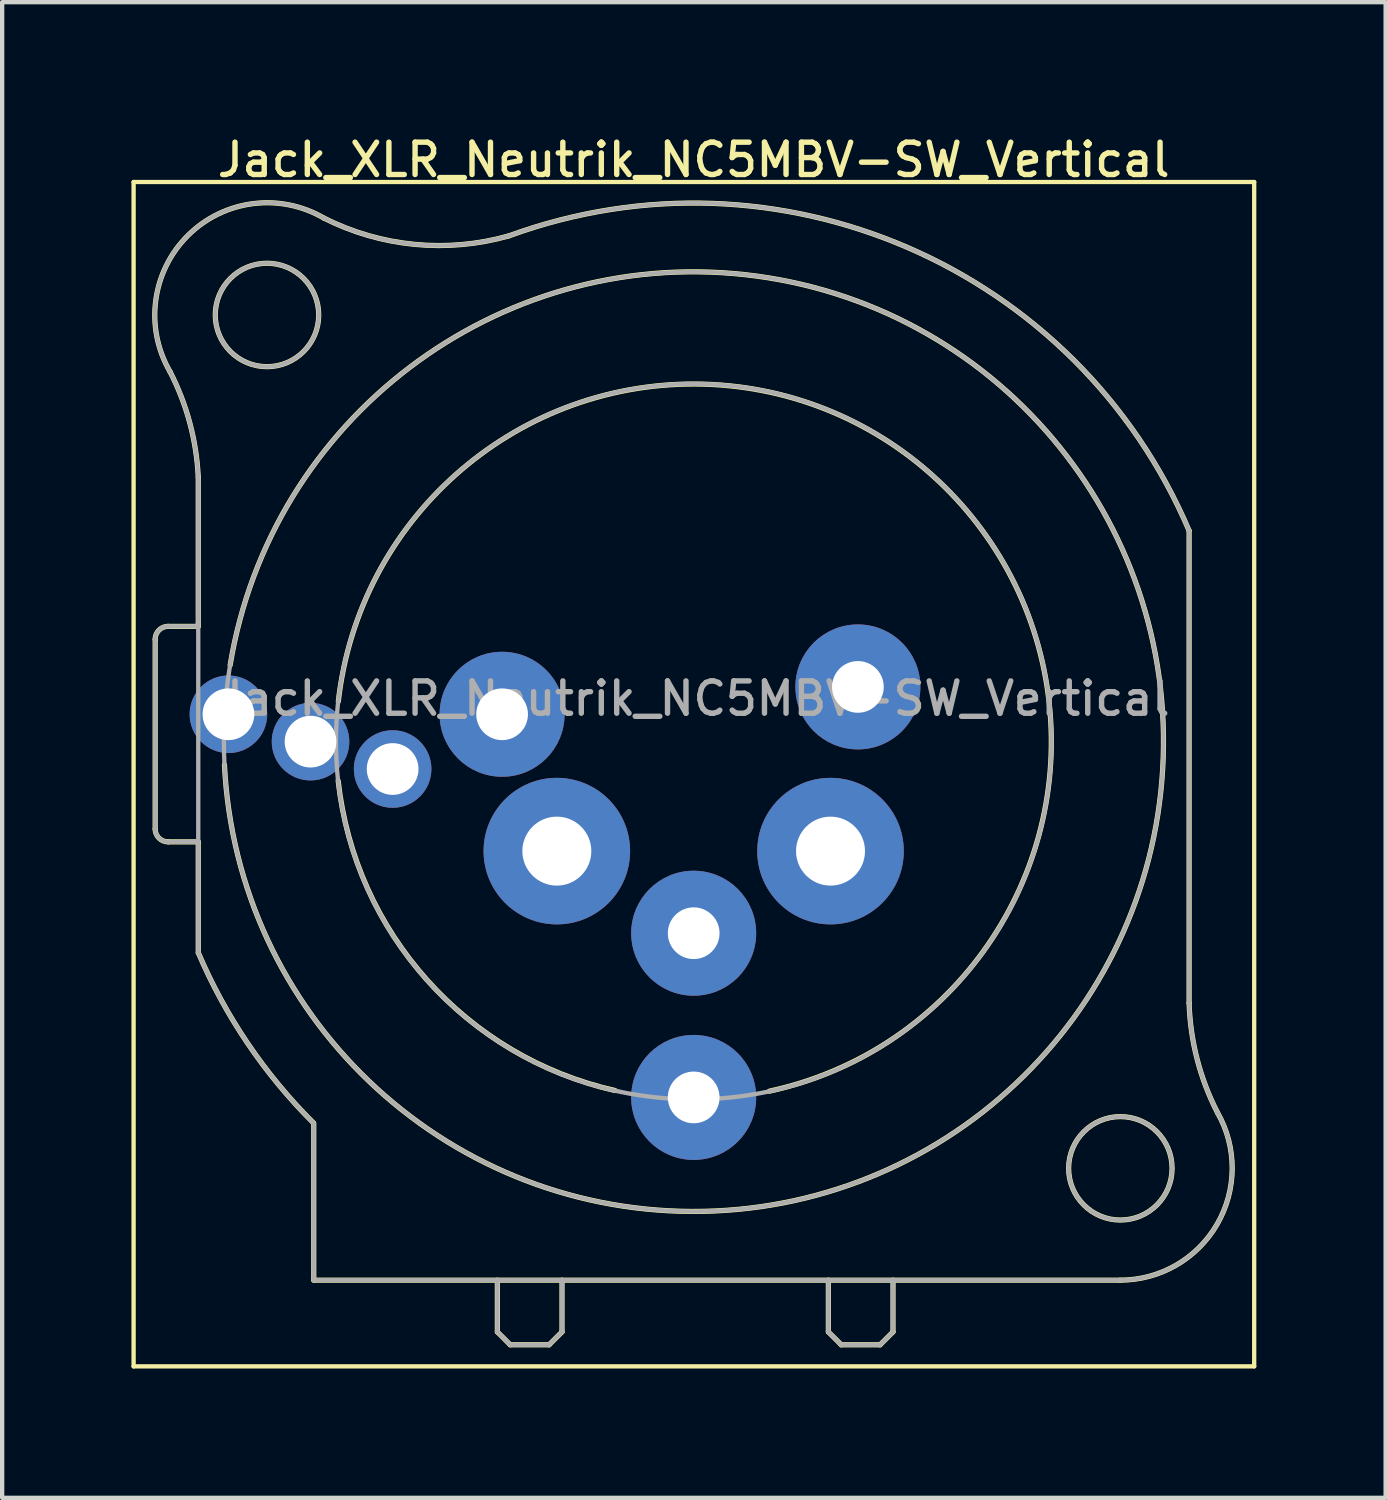
<source format=kicad_pcb>
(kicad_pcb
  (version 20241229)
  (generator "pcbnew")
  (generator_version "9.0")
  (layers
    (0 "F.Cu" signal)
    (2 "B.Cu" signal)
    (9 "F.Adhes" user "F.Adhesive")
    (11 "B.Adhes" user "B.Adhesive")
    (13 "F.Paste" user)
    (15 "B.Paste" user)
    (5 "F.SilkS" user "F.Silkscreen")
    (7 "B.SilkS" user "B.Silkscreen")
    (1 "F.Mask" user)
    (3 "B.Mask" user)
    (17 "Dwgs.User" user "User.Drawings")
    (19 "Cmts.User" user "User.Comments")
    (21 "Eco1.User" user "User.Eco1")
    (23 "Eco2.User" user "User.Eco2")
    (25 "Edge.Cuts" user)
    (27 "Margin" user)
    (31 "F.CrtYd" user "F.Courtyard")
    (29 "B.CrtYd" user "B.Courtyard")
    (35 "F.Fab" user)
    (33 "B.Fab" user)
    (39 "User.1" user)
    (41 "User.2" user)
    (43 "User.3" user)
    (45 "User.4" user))
  (footprint "Jack_XLR_Neutrik_NC5MBV-SW_Vertical"
    (layer "F.Cu")
    (at 8.6 13.523)
    (property "Reference" "Jack_XLR_Neutrik_NC5MBV-SW_Vertical" (at 4.445 -12.865 0) (layer "F.SilkS") (effects (font (size 0.75 0.75) (thickness 0.125))))
    (attr through_hole)
    (fp_line (start -8.55 -12.35) (end 17.45 -12.35) (stroke (width 0.1) (type solid)) (layer "F.SilkS"))
    (fp_line (start -8.55 15.13) (end -8.55 -12.35) (stroke (width 0.1) (type solid)) (layer "F.SilkS"))
    (fp_line (start -8.05 -1.74) (end -8.05 2.66) (stroke (width 0.12) (type solid)) (layer "F.SilkS"))
    (fp_line (start -7.75 2.96) (end -7.05 2.96) (stroke (width 0.12) (type solid)) (layer "F.SilkS"))
    (fp_line (start -7.05 -5.5) (end -7.05 -2.04) (stroke (width 0.12) (type solid)) (layer "F.SilkS"))
    (fp_line (start -7.05 -2.04) (end -7.75 -2.04) (stroke (width 0.12) (type solid)) (layer "F.SilkS"))
    (fp_line (start -7.05 2.96) (end -7.05 5.53) (stroke (width 0.12) (type solid)) (layer "F.SilkS"))
    (fp_line (start -4.37 13.13) (end -4.37 9.49) (stroke (width 0.12) (type solid)) (layer "F.SilkS"))
    (fp_line (start -0.11 13.13) (end -0.11 14.33) (stroke (width 0.12) (type solid)) (layer "F.SilkS"))
    (fp_line (start -0.11 14.33) (end 0.19 14.63) (stroke (width 0.12) (type solid)) (layer "F.SilkS"))
    (fp_line (start 0.19 14.63) (end 1.09 14.63) (stroke (width 0.12) (type solid)) (layer "F.SilkS"))
    (fp_line (start 1.39 13.13) (end 1.39 14.33) (stroke (width 0.12) (type solid)) (layer "F.SilkS"))
    (fp_line (start 1.39 14.33) (end 1.09 14.63) (stroke (width 0.12) (type solid)) (layer "F.SilkS"))
    (fp_line (start 7.57 13.13) (end 7.57 14.33) (stroke (width 0.12) (type solid)) (layer "F.SilkS"))
    (fp_line (start 7.57 14.33) (end 7.87 14.63) (stroke (width 0.12) (type solid)) (layer "F.SilkS"))
    (fp_line (start 8.77 14.63) (end 7.87 14.63) (stroke (width 0.12) (type solid)) (layer "F.SilkS"))
    (fp_line (start 9.07 13.13) (end 9.07 14.33) (stroke (width 0.12) (type solid)) (layer "F.SilkS"))
    (fp_line (start 9.07 14.33) (end 8.77 14.63) (stroke (width 0.12) (type solid)) (layer "F.SilkS"))
    (fp_line (start 14.34 13.13) (end -4.37 13.13) (stroke (width 0.12) (type solid)) (layer "F.SilkS"))
    (fp_line (start 15.94 6.7) (end 15.94 -4.26) (stroke (width 0.12) (type solid)) (layer "F.SilkS"))
    (fp_line (start 17.45 -12.35) (end 17.45 15.13) (stroke (width 0.1) (type solid)) (layer "F.SilkS"))
    (fp_line (start 17.45 15.13) (end -8.55 15.13) (stroke (width 0.1) (type solid)) (layer "F.SilkS"))
    (fp_arc (start -8.05 -1.74) (mid -7.962132 -1.952132) (end -7.75 -2.04) (stroke (width 0.12) (type solid)) (layer "F.SilkS"))
    (fp_arc (start -7.75 2.96) (mid -7.962132 2.872132) (end -8.05 2.66) (stroke (width 0.12) (type solid)) (layer "F.SilkS"))
    (fp_arc (start -7.706823 -7.951699) (mid -7.289779 -11.109355) (end -4.13 -11.51) (stroke (width 0.12) (type solid)) (layer "F.SilkS"))
    (fp_arc (start -7.706604 -7.951457) (mid -7.246227 -6.761104) (end -7.05 -5.5) (stroke (width 0.12) (type solid)) (layer "F.SilkS"))
    (fp_arc (start -6.31 -1.14) (mid 15.327723 1.25708) (end -6.442209 1.172885) (stroke (width 0.12) (type solid)) (layer "F.SilkS"))
    (fp_arc (start -4.379279 9.479668) (mid -5.904794 7.633415) (end -7.05 5.53) (stroke (width 0.12) (type solid)) (layer "F.SilkS"))
    (fp_arc (start -3.8 -0.3) (mid 10.010227 -5.519876) (end 6.202812 8.744522) (stroke (width 0.12) (type solid)) (layer "F.SilkS"))
    (fp_arc (start 0.152098 -11.098604) (mid -2.027539 -10.902648) (end -4.13 -11.51) (stroke (width 0.12) (type solid)) (layer "F.SilkS"))
    (fp_arc (start 0.15831 -11.100431) (mid 9.413683 -10.828344) (end 15.94 -4.26) (stroke (width 0.12) (type solid)) (layer "F.SilkS"))
    (fp_arc (start 2.62 8.73) (mid -1.741551 6.165482) (end -3.803135 1.544903) (stroke (width 0.12) (type solid)) (layer "F.SilkS"))
    (fp_arc (start 16.598442 9.241807) (mid 16.588255 11.83589) (end 14.34 13.13) (stroke (width 0.12) (type solid)) (layer "F.SilkS"))
    (fp_arc (start 16.598586 9.242376) (mid 16.12783 8.007833) (end 15.94 6.7) (stroke (width 0.12) (type solid)) (layer "F.SilkS"))
    (fp_circle (center -5.455 -9.265) (end -4.255 -9.265) (stroke (width 0.12) (type solid)) (fill no) (layer "F.SilkS"))
    (fp_circle (center 14.345 10.535) (end 15.545 10.535) (stroke (width 0.12) (type solid)) (fill no) (layer "F.SilkS"))
    (fp_line (start -8.05 -1.74) (end -8.05 2.66) (stroke (width 0.1) (type solid)) (layer "F.Fab"))
    (fp_line (start -7.75 2.96) (end -7.05 2.96) (stroke (width 0.1) (type solid)) (layer "F.Fab"))
    (fp_line (start -7.05 -5.5) (end -7.05 5.53) (stroke (width 0.1) (type solid)) (layer "F.Fab"))
    (fp_line (start -7.05 -2.04) (end -7.75 -2.04) (stroke (width 0.1) (type solid)) (layer "F.Fab"))
    (fp_line (start -4.37 13.13) (end -4.37 9.49) (stroke (width 0.1) (type solid)) (layer "F.Fab"))
    (fp_line (start -0.11 13.13) (end -0.11 14.33) (stroke (width 0.1) (type solid)) (layer "F.Fab"))
    (fp_line (start -0.11 14.33) (end 0.19 14.63) (stroke (width 0.1) (type solid)) (layer "F.Fab"))
    (fp_line (start 0.19 14.63) (end 1.09 14.63) (stroke (width 0.1) (type solid)) (layer "F.Fab"))
    (fp_line (start 1.39 13.13) (end 1.39 14.33) (stroke (width 0.1) (type solid)) (layer "F.Fab"))
    (fp_line (start 1.39 14.33) (end 1.09 14.63) (stroke (width 0.1) (type solid)) (layer "F.Fab"))
    (fp_line (start 7.57 13.13) (end 7.57 14.33) (stroke (width 0.1) (type solid)) (layer "F.Fab"))
    (fp_line (start 7.57 14.33) (end 7.87 14.63) (stroke (width 0.1) (type solid)) (layer "F.Fab"))
    (fp_line (start 8.77 14.63) (end 7.87 14.63) (stroke (width 0.1) (type solid)) (layer "F.Fab"))
    (fp_line (start 9.07 13.13) (end 9.07 14.33) (stroke (width 0.1) (type solid)) (layer "F.Fab"))
    (fp_line (start 9.07 14.33) (end 8.77 14.63) (stroke (width 0.1) (type solid)) (layer "F.Fab"))
    (fp_line (start 14.34 13.13) (end -4.37 13.13) (stroke (width 0.1) (type solid)) (layer "F.Fab"))
    (fp_line (start 15.94 6.7) (end 15.94 -4.26) (stroke (width 0.1) (type solid)) (layer "F.Fab"))
    (fp_arc (start -8.05 -1.74) (mid -7.962132 -1.952132) (end -7.75 -2.04) (stroke (width 0.1) (type solid)) (layer "F.Fab"))
    (fp_arc (start -7.75 2.96) (mid -7.962132 2.872132) (end -8.05 2.66) (stroke (width 0.1) (type solid)) (layer "F.Fab"))
    (fp_arc (start -7.706823 -7.951699) (mid -7.289779 -11.109355) (end -4.13 -11.51) (stroke (width 0.1) (type solid)) (layer "F.Fab"))
    (fp_arc (start -7.706604 -7.951457) (mid -7.246227 -6.761104) (end -7.05 -5.5) (stroke (width 0.1) (type solid)) (layer "F.Fab"))
    (fp_arc (start -4.379279 9.479668) (mid -5.904794 7.633415) (end -7.05 5.53) (stroke (width 0.1) (type solid)) (layer "F.Fab"))
    (fp_arc (start 0.152098 -11.098604) (mid -2.027539 -10.902648) (end -4.13 -11.51) (stroke (width 0.1) (type solid)) (layer "F.Fab"))
    (fp_arc (start 0.15831 -11.100431) (mid 9.413683 -10.828344) (end 15.94 -4.26) (stroke (width 0.1) (type solid)) (layer "F.Fab"))
    (fp_arc (start 16.598442 9.241807) (mid 16.588255 11.83589) (end 14.34 13.13) (stroke (width 0.1) (type solid)) (layer "F.Fab"))
    (fp_arc (start 16.598586 9.242376) (mid 16.12783 8.007833) (end 15.94 6.7) (stroke (width 0.1) (type solid)) (layer "F.Fab"))
    (fp_circle (center -5.455 -9.265) (end -4.255 -9.265) (stroke (width 0.1) (type solid)) (fill no) (layer "F.Fab"))
    (fp_circle (center 4.445 0.635) (end 12.745 0.635) (stroke (width 0.1) (type solid)) (fill no) (layer "F.Fab"))
    (fp_circle (center 4.445 0.635) (end 15.345 0.635) (stroke (width 0.1) (type solid)) (fill no) (layer "F.Fab"))
    (fp_circle (center 14.345 10.535) (end 15.545 10.535) (stroke (width 0.1) (type solid)) (fill no) (layer "F.Fab"))
    (fp_text user "${REFERENCE}" (at 4.445 -0.365 0) (layer "F.Fab") (effects (font (size 0.75 0.75) (thickness 0.125))))
    (pad "1" thru_hole circle (at 0 0) (size 2.9 2.9) (drill 1.2) (layers "*.Cu" "*.Mask"))
    (pad "2" thru_hole circle (at 1.27 3.175) (size 3.4 3.4) (drill 1.6) (layers "*.Cu" "*.Mask"))
    (pad "3" thru_hole circle (at 4.445 5.08) (size 2.9 2.9) (drill 1.2) (layers "*.Cu" "*.Mask"))
    (pad "4" thru_hole circle (at 7.62 3.175) (size 3.4 3.4) (drill 1.6) (layers "*.Cu" "*.Mask"))
    (pad "5" thru_hole circle (at 8.255 -0.635) (size 2.9 2.9) (drill 1.2) (layers "*.Cu" "*.Mask"))
    (pad "G" thru_hole circle (at 4.445 8.89) (size 2.9 2.9) (drill 1.2) (layers "*.Cu" "*.Mask"))
    (pad "N" thru_hole circle (at -4.445 0.635) (size 1.8 1.8) (drill 1.2) (layers "*.Cu" "*.Mask"))
    (pad "NC" thru_hole circle (at -2.54 1.27) (size 1.8 1.8) (drill 1.2) (layers "*.Cu" "*.Mask"))
    (pad "NO" thru_hole circle (at -6.35 0) (size 1.8 1.8) (drill 1.2) (layers "*.Cu" "*.Mask")))
  (gr_rect
    (start -3 -3)
    (end 29.1 31.703)
    (stroke (width 0.1) (type default))
    (fill no)
    (layer "Edge.Cuts")))
</source>
